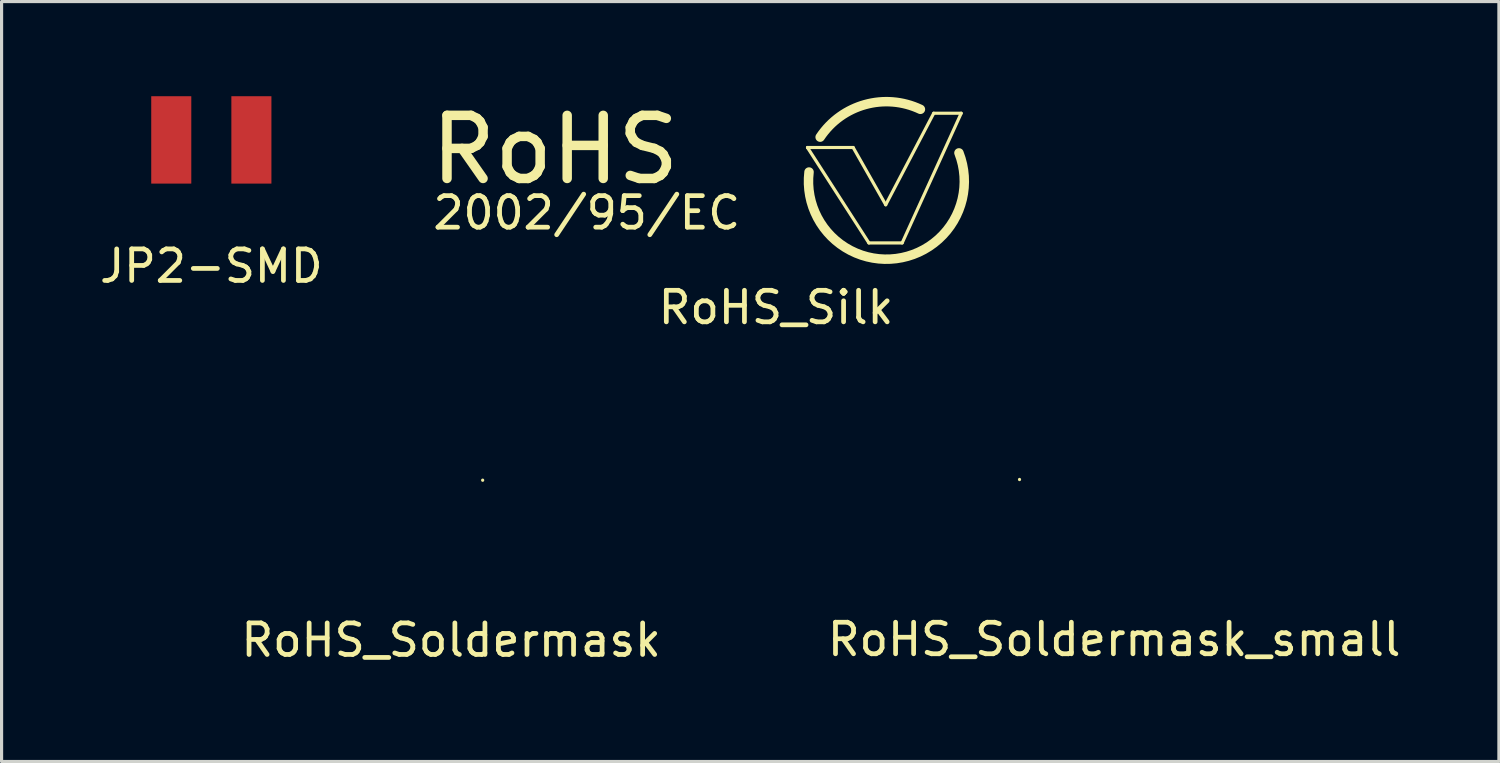
<source format=kicad_pcb>
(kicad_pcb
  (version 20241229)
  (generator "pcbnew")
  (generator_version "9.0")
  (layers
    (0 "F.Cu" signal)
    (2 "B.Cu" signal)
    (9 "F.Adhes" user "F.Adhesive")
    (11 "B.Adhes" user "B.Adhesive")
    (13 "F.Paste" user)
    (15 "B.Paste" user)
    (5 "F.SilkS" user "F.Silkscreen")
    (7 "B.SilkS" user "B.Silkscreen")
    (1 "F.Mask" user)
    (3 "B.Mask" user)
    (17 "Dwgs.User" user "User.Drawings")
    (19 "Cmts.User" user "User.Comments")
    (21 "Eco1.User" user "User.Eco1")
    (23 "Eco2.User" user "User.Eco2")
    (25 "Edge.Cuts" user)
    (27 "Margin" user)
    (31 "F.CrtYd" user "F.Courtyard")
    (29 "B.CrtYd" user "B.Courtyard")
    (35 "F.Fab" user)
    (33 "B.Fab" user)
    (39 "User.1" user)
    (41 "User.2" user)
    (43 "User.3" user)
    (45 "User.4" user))
  (footprint "RoHS_Soldermask"
    (layer "F.Cu")
    (at 0.25 16.241)
    (property "Reference" "RoHS_Soldermask" (at 11 1 0) (layer "F.SilkS") (effects (font (size 1 1) (thickness 0.15))))
    (attr through_hole)
    (fp_line (start 12 -4.067) (end 13.945 -1.046) (stroke (width 0.1) (type solid)) (layer "F.Mask"))
    (fp_line (start 13.447 -4.071) (end 12 -4.071) (stroke (width 0.1) (type solid)) (layer "F.Mask"))
    (fp_line (start 13.945 -1.046) (end 15 -1.046) (stroke (width 0.1) (type solid)) (layer "F.Mask"))
    (fp_line (start 14.479 -2.256) (end 13.447 -4.071) (stroke (width 0.1) (type solid)) (layer "F.Mask"))
    (fp_line (start 15 -1.046) (end 16.871 -5.157) (stroke (width 0.1) (type solid)) (layer "F.Mask"))
    (fp_line (start 16 -5.157) (end 14.479 -2.256) (stroke (width 0.1) (type solid)) (layer "F.Mask"))
    (fp_line (start 16.871 -5.157) (end 16 -5.157) (stroke (width 0.1) (type solid)) (layer "F.Mask"))
    (fp_arc (start 12.4 -4.4) (mid 13.825099 -5.431976) (end 15.578207 -5.281988) (stroke (width 0.3) (type solid)) (layer "F.Mask"))
    (fp_arc (start 16.8 -3.9) (mid 14.81257 -0.550041) (end 12.047706 -3.293694) (stroke (width 0.3) (type solid)) (layer "F.Mask"))
    (fp_line (start 12 -4.071) (end 12 -4.067) (stroke (width 0.1) (type solid)) (layer "F.SilkS"))
    (fp_text user "2002/95/EC" (at 5 -2 0) (layer "F.Mask") (effects (font (size 1 1) (thickness 0.15))))
    (fp_text user "RoHS" (at 4 -4 0) (layer "F.Mask") (effects (font (size 2 2) (thickness 0.3)))))
  (footprint "RoHS_Soldermask_small"
    (layer "F.Cu")
    (at 21.268 16.219)
    (property "Reference" "RoHS_Soldermask_small" (at 11 1 0) (layer "F.SilkS") (effects (font (size 1 1) (thickness 0.15))))
    (attr through_hole)
    (fp_line (start 8 -4.067) (end 9.945 -1.046) (stroke (width 0.1) (type solid)) (layer "F.Mask"))
    (fp_line (start 9.447 -4.071) (end 8 -4.071) (stroke (width 0.1) (type solid)) (layer "F.Mask"))
    (fp_line (start 9.945 -1.046) (end 11 -1.046) (stroke (width 0.1) (type solid)) (layer "F.Mask"))
    (fp_line (start 10.479 -2.256) (end 9.447 -4.071) (stroke (width 0.1) (type solid)) (layer "F.Mask"))
    (fp_line (start 11 -1.046) (end 12.871 -5.157) (stroke (width 0.1) (type solid)) (layer "F.Mask"))
    (fp_line (start 12 -5.157) (end 10.479 -2.256) (stroke (width 0.1) (type solid)) (layer "F.Mask"))
    (fp_line (start 12.871 -5.157) (end 12 -5.157) (stroke (width 0.1) (type solid)) (layer "F.Mask"))
    (fp_arc (start 8.4 -4.4) (mid 9.825099 -5.431976) (end 11.578207 -5.281988) (stroke (width 0.3) (type solid)) (layer "F.Mask"))
    (fp_arc (start 12.8 -3.9) (mid 10.81257 -0.550041) (end 8.047706 -3.293694) (stroke (width 0.3) (type solid)) (layer "F.Mask"))
    (fp_line (start 8 -4.071) (end 8 -4.067) (stroke (width 0.1) (type solid)) (layer "F.SilkS"))
    (fp_text user "2002/95/EC" (at 4 -1 0) (layer "F.Mask") (effects (font (size 0.8 0.8) (thickness 0.15))))
    (fp_text user "RoHS" (at 3 -3 0) (layer "F.Mask") (effects (font (size 1.5 1.5) (thickness 0.25)))))
  (footprint "RoHS_Silk"
    (layer "F.Cu")
    (at 10.548 5.697)
    (property "Reference" "RoHS_Silk" (at 11 1 0) (layer "F.SilkS") (effects (font (size 1 1) (thickness 0.15))))
    (attr through_hole)
    (fp_line (start 12 -4.071) (end 12 -4.067) (stroke (width 0.1) (type solid)) (layer "F.SilkS"))
    (fp_line (start 12 -4.067) (end 13.945 -1.046) (stroke (width 0.1) (type solid)) (layer "F.SilkS"))
    (fp_line (start 13.447 -4.071) (end 12 -4.071) (stroke (width 0.1) (type solid)) (layer "F.SilkS"))
    (fp_line (start 13.945 -1.046) (end 15 -1.046) (stroke (width 0.1) (type solid)) (layer "F.SilkS"))
    (fp_line (start 14.479 -2.256) (end 13.447 -4.071) (stroke (width 0.1) (type solid)) (layer "F.SilkS"))
    (fp_line (start 15 -1.046) (end 16.871 -5.157) (stroke (width 0.1) (type solid)) (layer "F.SilkS"))
    (fp_line (start 16 -5.157) (end 14.479 -2.256) (stroke (width 0.1) (type solid)) (layer "F.SilkS"))
    (fp_line (start 16.871 -5.157) (end 16 -5.157) (stroke (width 0.1) (type solid)) (layer "F.SilkS"))
    (fp_arc (start 12.4 -4.4) (mid 13.825099 -5.431976) (end 15.578207 -5.281988) (stroke (width 0.3) (type solid)) (layer "F.SilkS"))
    (fp_arc (start 16.8 -3.9) (mid 14.81257 -0.550041) (end 12.047706 -3.293694) (stroke (width 0.3) (type solid)) (layer "F.SilkS"))
    (fp_text user "RoHS" (at 4 -4 0) (layer "F.SilkS") (effects (font (size 2 2) (thickness 0.3))))
    (fp_text user "2002/95/EC" (at 5 -2 0) (layer "F.SilkS") (effects (font (size 1 1) (thickness 0.15)))))
  (footprint "JP2-SMD"
    (layer "F.Cu")
    (at 3.649 1.385)
    (property "Reference" "JP2-SMD" (at 0 4 0) (layer "F.SilkS") (effects (font (size 1 1) (thickness 0.15))))
    (attr through_hole)
    (pad "1" smd rect (at -1.27 0) (size 1.27 2.77) (layers "F.Cu" "F.Mask" "F.Paste"))
    (pad "2" smd rect (at 1.27 0) (size 1.27 2.77) (layers "F.Cu" "F.Mask" "F.Paste")))
  (gr_rect
    (start -3 -3)
    (end 44.464 21.09)
    (stroke (width 0.1) (type default))
    (fill no)
    (layer "Edge.Cuts")))
</source>
